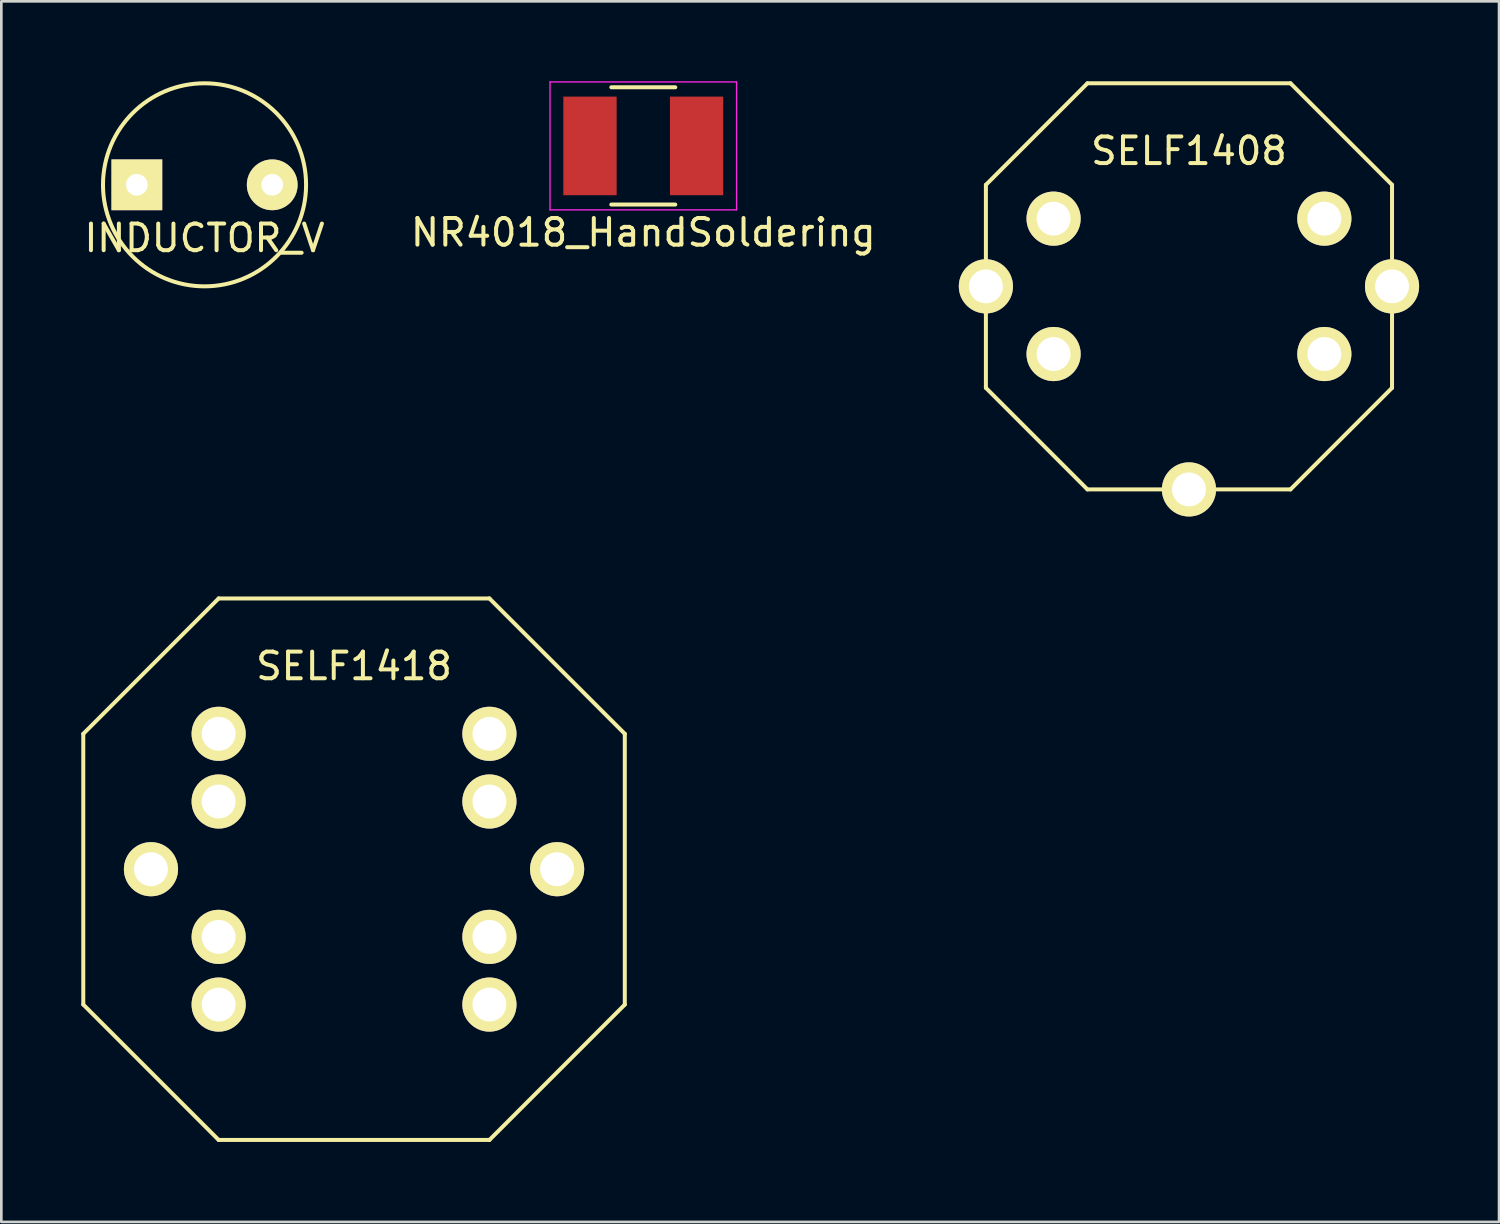
<source format=kicad_pcb>
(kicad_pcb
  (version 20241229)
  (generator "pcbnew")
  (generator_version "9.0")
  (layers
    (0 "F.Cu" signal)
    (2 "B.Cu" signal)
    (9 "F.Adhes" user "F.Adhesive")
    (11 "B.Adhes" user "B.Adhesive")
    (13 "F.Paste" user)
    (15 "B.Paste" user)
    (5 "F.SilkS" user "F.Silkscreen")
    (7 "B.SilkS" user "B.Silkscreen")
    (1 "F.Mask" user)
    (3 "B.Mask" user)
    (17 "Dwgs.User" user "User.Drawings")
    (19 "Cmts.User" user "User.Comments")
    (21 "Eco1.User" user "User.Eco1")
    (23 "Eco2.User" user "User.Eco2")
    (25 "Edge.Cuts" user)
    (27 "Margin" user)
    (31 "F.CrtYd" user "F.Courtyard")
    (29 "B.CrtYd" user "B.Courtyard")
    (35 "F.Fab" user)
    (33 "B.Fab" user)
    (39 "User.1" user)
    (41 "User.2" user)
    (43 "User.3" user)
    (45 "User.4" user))
  (footprint "NR4018_HandSoldering"
    (layer "F.Cu")
    (at 21.089 2.425)
    (property "Reference" "NR4018_HandSoldering" (at 0 3.25 0) (layer "F.SilkS") (effects (font (size 1 1) (thickness 0.15))))
    (attr smd)
    (fp_line (start -1.2 -2.2) (end 1.2 -2.2) (stroke (width 0.15) (type solid)) (layer "F.SilkS"))
    (fp_line (start 1.2 2.2) (end -1.2 2.2) (stroke (width 0.15) (type solid)) (layer "F.SilkS"))
    (fp_line (start -3.5 -2.4) (end 3.5 -2.4) (stroke (width 0.05) (type solid)) (layer "F.CrtYd"))
    (fp_line (start -3.5 2.4) (end -3.5 -2.4) (stroke (width 0.05) (type solid)) (layer "F.CrtYd"))
    (fp_line (start 3.5 -2.4) (end 3.5 2.4) (stroke (width 0.05) (type solid)) (layer "F.CrtYd"))
    (fp_line (start 3.5 2.4) (end -3.5 2.4) (stroke (width 0.05) (type solid)) (layer "F.CrtYd"))
    (pad "1" smd rect (at -2 0) (size 2 3.7) (layers "F.Cu" "F.Mask" "F.Paste"))
    (pad "2" smd rect (at 2 0) (size 2 3.7) (layers "F.Cu" "F.Mask" "F.Paste")))
  (footprint "INDUCTOR_V"
    (layer "F.Cu")
    (at 4.625 3.885)
    (property "Reference" "INDUCTOR_V" (at 0 1.999 0) (layer "F.SilkS") (effects (font (size 1 1) (thickness 0.15))))
    (attr through_hole)
    (fp_circle (center 0 0) (end 3.81 0) (stroke (width 0.15) (type solid)) (fill no) (layer "F.SilkS"))
    (pad "1" thru_hole rect (at -2.54 0) (size 1.905 1.905) (drill 0.813) (layers "*.Cu" "*.Mask" "F.SilkS"))
    (pad "2" thru_hole circle (at 2.54 0) (size 1.905 1.905) (drill 0.813) (layers "*.Cu" "*.Mask" "F.SilkS")))
  (footprint "SELF1418"
    (layer "F.Cu")
    (at 10.235 29.566)
    (property "Reference" "SELF1418" (at 0 -7.62 0) (layer "F.SilkS") (effects (font (size 1 1) (thickness 0.15))))
    (attr through_hole)
    (fp_line (start -10.16 -5.08) (end -10.16 5.08) (stroke (width 0.15) (type solid)) (layer "F.SilkS"))
    (fp_line (start -10.16 5.08) (end -5.08 10.16) (stroke (width 0.15) (type solid)) (layer "F.SilkS"))
    (fp_line (start -5.08 -10.16) (end -10.16 -5.08) (stroke (width 0.15) (type solid)) (layer "F.SilkS"))
    (fp_line (start -5.08 10.16) (end 5.08 10.16) (stroke (width 0.15) (type solid)) (layer "F.SilkS"))
    (fp_line (start 5.08 -10.16) (end -5.08 -10.16) (stroke (width 0.15) (type solid)) (layer "F.SilkS"))
    (fp_line (start 5.08 10.16) (end 10.16 5.08) (stroke (width 0.15) (type solid)) (layer "F.SilkS"))
    (fp_line (start 10.16 -5.08) (end 5.08 -10.16) (stroke (width 0.15) (type solid)) (layer "F.SilkS"))
    (fp_line (start 10.16 5.08) (end 10.16 -5.08) (stroke (width 0.15) (type solid)) (layer "F.SilkS"))
    (pad "" thru_hole circle (at -7.62 0) (size 2.032 2.032) (drill 1.27) (layers "*.Cu" "*.Mask" "F.SilkS"))
    (pad "" thru_hole circle (at 7.62 0) (size 2.032 2.032) (drill 1.27) (layers "*.Cu" "*.Mask" "F.SilkS"))
    (pad "1" thru_hole circle (at -5.08 -5.08) (size 2.032 2.032) (drill 1.27) (layers "*.Cu" "*.Mask" "F.SilkS"))
    (pad "1" thru_hole circle (at -5.08 -2.54) (size 2.032 2.032) (drill 1.27) (layers "*.Cu" "*.Mask" "F.SilkS"))
    (pad "2" thru_hole circle (at 5.08 -5.08) (size 2.032 2.032) (drill 1.27) (layers "*.Cu" "*.Mask" "F.SilkS"))
    (pad "2" thru_hole circle (at 5.08 -2.54) (size 2.032 2.032) (drill 1.27) (layers "*.Cu" "*.Mask" "F.SilkS"))
    (pad "3" thru_hole circle (at 5.08 2.54) (size 2.032 2.032) (drill 1.27) (layers "*.Cu" "*.Mask" "F.SilkS"))
    (pad "3" thru_hole circle (at 5.08 5.08) (size 2.032 2.032) (drill 1.27) (layers "*.Cu" "*.Mask" "F.SilkS"))
    (pad "4" thru_hole circle (at -5.08 2.54) (size 2.032 2.032) (drill 1.27) (layers "*.Cu" "*.Mask" "F.SilkS"))
    (pad "4" thru_hole circle (at -5.08 5.08) (size 2.032 2.032) (drill 1.27) (layers "*.Cu" "*.Mask" "F.SilkS")))
  (footprint "SELF1408"
    (layer "F.Cu")
    (at 41.565 7.695)
    (property "Reference" "SELF1408" (at 0 -5.08 0) (layer "F.SilkS") (effects (font (size 1 1) (thickness 0.15))))
    (attr through_hole)
    (fp_line (start -7.62 -3.81) (end -7.62 3.81) (stroke (width 0.15) (type solid)) (layer "F.SilkS"))
    (fp_line (start -7.62 3.81) (end -3.81 7.62) (stroke (width 0.15) (type solid)) (layer "F.SilkS"))
    (fp_line (start -3.81 -7.62) (end -7.62 -3.81) (stroke (width 0.15) (type solid)) (layer "F.SilkS"))
    (fp_line (start -3.81 7.62) (end 3.81 7.62) (stroke (width 0.15) (type solid)) (layer "F.SilkS"))
    (fp_line (start 3.81 -7.62) (end -3.81 -7.62) (stroke (width 0.15) (type solid)) (layer "F.SilkS"))
    (fp_line (start 3.81 7.62) (end 7.62 3.81) (stroke (width 0.15) (type solid)) (layer "F.SilkS"))
    (fp_line (start 7.62 -3.81) (end 3.81 -7.62) (stroke (width 0.15) (type solid)) (layer "F.SilkS"))
    (fp_line (start 7.62 3.81) (end 7.62 -3.81) (stroke (width 0.15) (type solid)) (layer "F.SilkS"))
    (pad "0" thru_hole circle (at 0 7.62) (size 2.032 2.032) (drill 1.27) (layers "*.Cu" "*.Mask" "F.SilkS"))
    (pad "1" thru_hole circle (at -7.62 0) (size 2.032 2.032) (drill 1.27) (layers "*.Cu" "*.Mask" "F.SilkS"))
    (pad "1" thru_hole circle (at -5.08 -2.54) (size 2.032 2.032) (drill 1.27) (layers "*.Cu" "*.Mask" "F.SilkS"))
    (pad "1" thru_hole circle (at -5.08 2.54) (size 2.032 2.032) (drill 1.27) (layers "*.Cu" "*.Mask" "F.SilkS"))
    (pad "2" thru_hole circle (at 5.08 -2.54) (size 2.032 2.032) (drill 1.27) (layers "*.Cu" "*.Mask" "F.SilkS"))
    (pad "2" thru_hole circle (at 5.08 2.54) (size 2.032 2.032) (drill 1.27) (layers "*.Cu" "*.Mask" "F.SilkS"))
    (pad "2" thru_hole circle (at 7.62 0) (size 2.032 2.032) (drill 1.27) (layers "*.Cu" "*.Mask" "F.SilkS")))
  (gr_rect
    (start -3 -3)
    (end 53.201 42.801)
    (stroke (width 0.1) (type default))
    (fill no)
    (layer "Edge.Cuts")))
</source>
